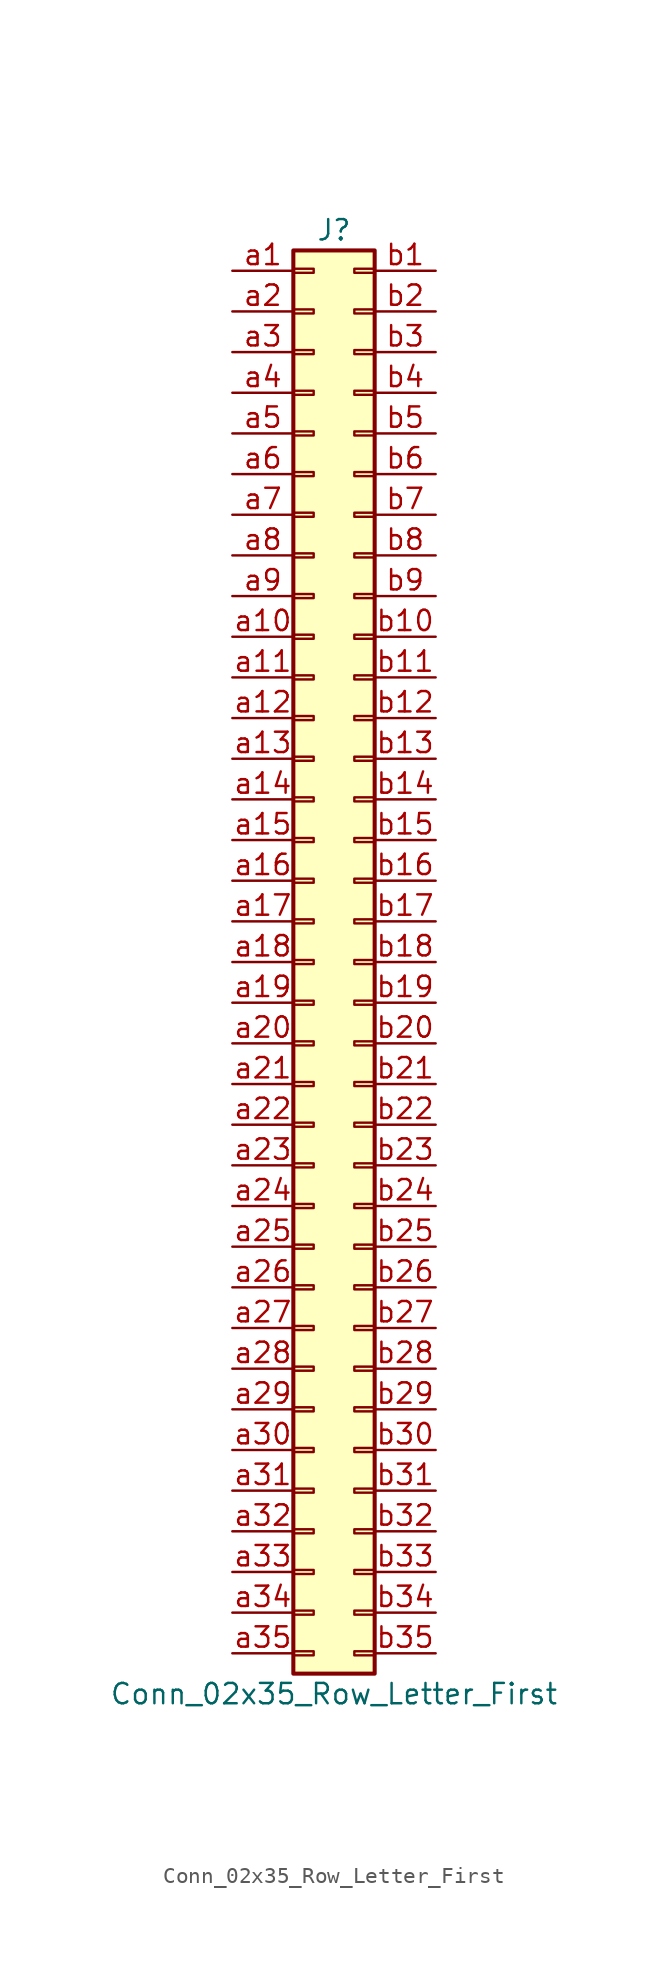
<source format=kicad_sym>
(kicad_symbol_lib
  (version 20220914)
  (generator kicad_symbol_editor)
  (symbol "Conn_02x35_Row_Letter_First"
    (pin_names
      (offset 1.016) hide)
    (property "Reference" "J"
      (at 1.27 45.72 0)
      (effects (font (size 1.27 1.27))))
    (property "Value" "Conn_02x35_Row_Letter_First"
      (at 1.27 -45.72 0)
      (effects (font (size 1.27 1.27))))
    (symbol "Conn_02x35_Row_Letter_First_1_1"
      (rectangle (start -1.27 -43.053) (end 0 -43.307) (stroke (width 0.152) (type solid)) (fill (type none)))
      (rectangle (start -1.27 -40.513) (end 0 -40.767) (stroke (width 0.152) (type solid)) (fill (type none)))
      (rectangle (start -1.27 -37.973) (end 0 -38.227) (stroke (width 0.152) (type solid)) (fill (type none)))
      (rectangle (start -1.27 -35.433) (end 0 -35.687) (stroke (width 0.152) (type solid)) (fill (type none)))
      (rectangle (start -1.27 -32.893) (end 0 -33.147) (stroke (width 0.152) (type solid)) (fill (type none)))
      (rectangle (start -1.27 -30.353) (end 0 -30.607) (stroke (width 0.152) (type solid)) (fill (type none)))
      (rectangle (start -1.27 -27.813) (end 0 -28.067) (stroke (width 0.152) (type solid)) (fill (type none)))
      (rectangle (start -1.27 -25.273) (end 0 -25.527) (stroke (width 0.152) (type solid)) (fill (type none)))
      (rectangle (start -1.27 -22.733) (end 0 -22.987) (stroke (width 0.152) (type solid)) (fill (type none)))
      (rectangle (start -1.27 -20.193) (end 0 -20.447) (stroke (width 0.152) (type solid)) (fill (type none)))
      (rectangle (start -1.27 -17.653) (end 0 -17.907) (stroke (width 0.152) (type solid)) (fill (type none)))
      (rectangle (start -1.27 -15.113) (end 0 -15.367) (stroke (width 0.152) (type solid)) (fill (type none)))
      (rectangle (start -1.27 -12.573) (end 0 -12.827) (stroke (width 0.152) (type solid)) (fill (type none)))
      (rectangle (start -1.27 -10.033) (end 0 -10.287) (stroke (width 0.152) (type solid)) (fill (type none)))
      (rectangle (start -1.27 -7.493) (end 0 -7.747) (stroke (width 0.152) (type solid)) (fill (type none)))
      (rectangle (start -1.27 -4.953) (end 0 -5.207) (stroke (width 0.152) (type solid)) (fill (type none)))
      (rectangle (start -1.27 -2.413) (end 0 -2.667) (stroke (width 0.152) (type solid)) (fill (type none)))
      (rectangle (start -1.27 0.127) (end 0 -0.127) (stroke (width 0.152) (type solid)) (fill (type none)))
      (rectangle (start -1.27 2.667) (end 0 2.413) (stroke (width 0.152) (type solid)) (fill (type none)))
      (rectangle (start -1.27 5.207) (end 0 4.953) (stroke (width 0.152) (type solid)) (fill (type none)))
      (rectangle (start -1.27 7.747) (end 0 7.493) (stroke (width 0.152) (type solid)) (fill (type none)))
      (rectangle (start -1.27 10.287) (end 0 10.033) (stroke (width 0.152) (type solid)) (fill (type none)))
      (rectangle (start -1.27 12.827) (end 0 12.573) (stroke (width 0.152) (type solid)) (fill (type none)))
      (rectangle (start -1.27 15.367) (end 0 15.113) (stroke (width 0.152) (type solid)) (fill (type none)))
      (rectangle (start -1.27 17.907) (end 0 17.653) (stroke (width 0.152) (type solid)) (fill (type none)))
      (rectangle (start -1.27 20.447) (end 0 20.193) (stroke (width 0.152) (type solid)) (fill (type none)))
      (rectangle (start -1.27 22.987) (end 0 22.733) (stroke (width 0.152) (type solid)) (fill (type none)))
      (rectangle (start -1.27 25.527) (end 0 25.273) (stroke (width 0.152) (type solid)) (fill (type none)))
      (rectangle (start -1.27 28.067) (end 0 27.813) (stroke (width 0.152) (type solid)) (fill (type none)))
      (rectangle (start -1.27 30.607) (end 0 30.353) (stroke (width 0.152) (type solid)) (fill (type none)))
      (rectangle (start -1.27 33.147) (end 0 32.893) (stroke (width 0.152) (type solid)) (fill (type none)))
      (rectangle (start -1.27 35.687) (end 0 35.433) (stroke (width 0.152) (type solid)) (fill (type none)))
      (rectangle (start -1.27 38.227) (end 0 37.973) (stroke (width 0.152) (type solid)) (fill (type none)))
      (rectangle (start -1.27 40.767) (end 0 40.513) (stroke (width 0.152) (type solid)) (fill (type none)))
      (rectangle (start -1.27 43.307) (end 0 43.053) (stroke (width 0.152) (type solid)) (fill (type none)))
      (rectangle (start -1.27 44.45) (end 3.81 -44.45) (stroke (width 0.254) (type solid)) (fill (type background)))
      (rectangle (start 3.81 -43.053) (end 2.54 -43.307) (stroke (width 0.152) (type solid)) (fill (type none)))
      (rectangle (start 3.81 -40.513) (end 2.54 -40.767) (stroke (width 0.152) (type solid)) (fill (type none)))
      (rectangle (start 3.81 -37.973) (end 2.54 -38.227) (stroke (width 0.152) (type solid)) (fill (type none)))
      (rectangle (start 3.81 -35.433) (end 2.54 -35.687) (stroke (width 0.152) (type solid)) (fill (type none)))
      (rectangle (start 3.81 -32.893) (end 2.54 -33.147) (stroke (width 0.152) (type solid)) (fill (type none)))
      (rectangle (start 3.81 -30.353) (end 2.54 -30.607) (stroke (width 0.152) (type solid)) (fill (type none)))
      (rectangle (start 3.81 -27.813) (end 2.54 -28.067) (stroke (width 0.152) (type solid)) (fill (type none)))
      (rectangle (start 3.81 -25.273) (end 2.54 -25.527) (stroke (width 0.152) (type solid)) (fill (type none)))
      (rectangle (start 3.81 -22.733) (end 2.54 -22.987) (stroke (width 0.152) (type solid)) (fill (type none)))
      (rectangle (start 3.81 -20.193) (end 2.54 -20.447) (stroke (width 0.152) (type solid)) (fill (type none)))
      (rectangle (start 3.81 -17.653) (end 2.54 -17.907) (stroke (width 0.152) (type solid)) (fill (type none)))
      (rectangle (start 3.81 -15.113) (end 2.54 -15.367) (stroke (width 0.152) (type solid)) (fill (type none)))
      (rectangle (start 3.81 -12.573) (end 2.54 -12.827) (stroke (width 0.152) (type solid)) (fill (type none)))
      (rectangle (start 3.81 -10.033) (end 2.54 -10.287) (stroke (width 0.152) (type solid)) (fill (type none)))
      (rectangle (start 3.81 -7.493) (end 2.54 -7.747) (stroke (width 0.152) (type solid)) (fill (type none)))
      (rectangle (start 3.81 -4.953) (end 2.54 -5.207) (stroke (width 0.152) (type solid)) (fill (type none)))
      (rectangle (start 3.81 -2.413) (end 2.54 -2.667) (stroke (width 0.152) (type solid)) (fill (type none)))
      (rectangle (start 3.81 0.127) (end 2.54 -0.127) (stroke (width 0.152) (type solid)) (fill (type none)))
      (rectangle (start 3.81 2.667) (end 2.54 2.413) (stroke (width 0.152) (type solid)) (fill (type none)))
      (rectangle (start 3.81 5.207) (end 2.54 4.953) (stroke (width 0.152) (type solid)) (fill (type none)))
      (rectangle (start 3.81 7.747) (end 2.54 7.493) (stroke (width 0.152) (type solid)) (fill (type none)))
      (rectangle (start 3.81 10.287) (end 2.54 10.033) (stroke (width 0.152) (type solid)) (fill (type none)))
      (rectangle (start 3.81 12.827) (end 2.54 12.573) (stroke (width 0.152) (type solid)) (fill (type none)))
      (rectangle (start 3.81 15.367) (end 2.54 15.113) (stroke (width 0.152) (type solid)) (fill (type none)))
      (rectangle (start 3.81 17.907) (end 2.54 17.653) (stroke (width 0.152) (type solid)) (fill (type none)))
      (rectangle (start 3.81 20.447) (end 2.54 20.193) (stroke (width 0.152) (type solid)) (fill (type none)))
      (rectangle (start 3.81 22.987) (end 2.54 22.733) (stroke (width 0.152) (type solid)) (fill (type none)))
      (rectangle (start 3.81 25.527) (end 2.54 25.273) (stroke (width 0.152) (type solid)) (fill (type none)))
      (rectangle (start 3.81 28.067) (end 2.54 27.813) (stroke (width 0.152) (type solid)) (fill (type none)))
      (rectangle (start 3.81 30.607) (end 2.54 30.353) (stroke (width 0.152) (type solid)) (fill (type none)))
      (rectangle (start 3.81 33.147) (end 2.54 32.893) (stroke (width 0.152) (type solid)) (fill (type none)))
      (rectangle (start 3.81 35.687) (end 2.54 35.433) (stroke (width 0.152) (type solid)) (fill (type none)))
      (rectangle (start 3.81 38.227) (end 2.54 37.973) (stroke (width 0.152) (type solid)) (fill (type none)))
      (rectangle (start 3.81 40.767) (end 2.54 40.513) (stroke (width 0.152) (type solid)) (fill (type none)))
      (rectangle (start 3.81 43.307) (end 2.54 43.053) (stroke (width 0.152) (type solid)) (fill (type none)))
      (pin passive line (at -5.08 43.18 0) (length 3.81) (name "Pin_a1" (effects (font (size 1.27 1.27)))) (number "a1" (effects (font (size 1.27 1.27)))))
      (pin passive line (at -5.08 20.32 0) (length 3.81) (name "Pin_a10" (effects (font (size 1.27 1.27)))) (number "a10" (effects (font (size 1.27 1.27)))))
      (pin passive line (at -5.08 17.78 0) (length 3.81) (name "Pin_a11" (effects (font (size 1.27 1.27)))) (number "a11" (effects (font (size 1.27 1.27)))))
      (pin passive line (at -5.08 15.24 0) (length 3.81) (name "Pin_a12" (effects (font (size 1.27 1.27)))) (number "a12" (effects (font (size 1.27 1.27)))))
      (pin passive line (at -5.08 12.7 0) (length 3.81) (name "Pin_a13" (effects (font (size 1.27 1.27)))) (number "a13" (effects (font (size 1.27 1.27)))))
      (pin passive line (at -5.08 10.16 0) (length 3.81) (name "Pin_a14" (effects (font (size 1.27 1.27)))) (number "a14" (effects (font (size 1.27 1.27)))))
      (pin passive line (at -5.08 7.62 0) (length 3.81) (name "Pin_a15" (effects (font (size 1.27 1.27)))) (number "a15" (effects (font (size 1.27 1.27)))))
      (pin passive line (at -5.08 5.08 0) (length 3.81) (name "Pin_a16" (effects (font (size 1.27 1.27)))) (number "a16" (effects (font (size 1.27 1.27)))))
      (pin passive line (at -5.08 2.54 0) (length 3.81) (name "Pin_a17" (effects (font (size 1.27 1.27)))) (number "a17" (effects (font (size 1.27 1.27)))))
      (pin passive line (at -5.08 0 0) (length 3.81) (name "Pin_a18" (effects (font (size 1.27 1.27)))) (number "a18" (effects (font (size 1.27 1.27)))))
      (pin passive line (at -5.08 -2.54 0) (length 3.81) (name "Pin_a19" (effects (font (size 1.27 1.27)))) (number "a19" (effects (font (size 1.27 1.27)))))
      (pin passive line (at -5.08 40.64 0) (length 3.81) (name "Pin_a2" (effects (font (size 1.27 1.27)))) (number "a2" (effects (font (size 1.27 1.27)))))
      (pin passive line (at -5.08 -5.08 0) (length 3.81) (name "Pin_a20" (effects (font (size 1.27 1.27)))) (number "a20" (effects (font (size 1.27 1.27)))))
      (pin passive line (at -5.08 -7.62 0) (length 3.81) (name "Pin_a21" (effects (font (size 1.27 1.27)))) (number "a21" (effects (font (size 1.27 1.27)))))
      (pin passive line (at -5.08 -10.16 0) (length 3.81) (name "Pin_a22" (effects (font (size 1.27 1.27)))) (number "a22" (effects (font (size 1.27 1.27)))))
      (pin passive line (at -5.08 -12.7 0) (length 3.81) (name "Pin_a23" (effects (font (size 1.27 1.27)))) (number "a23" (effects (font (size 1.27 1.27)))))
      (pin passive line (at -5.08 -15.24 0) (length 3.81) (name "Pin_a24" (effects (font (size 1.27 1.27)))) (number "a24" (effects (font (size 1.27 1.27)))))
      (pin passive line (at -5.08 -17.78 0) (length 3.81) (name "Pin_a25" (effects (font (size 1.27 1.27)))) (number "a25" (effects (font (size 1.27 1.27)))))
      (pin passive line (at -5.08 -20.32 0) (length 3.81) (name "Pin_a26" (effects (font (size 1.27 1.27)))) (number "a26" (effects (font (size 1.27 1.27)))))
      (pin passive line (at -5.08 -22.86 0) (length 3.81) (name "Pin_a27" (effects (font (size 1.27 1.27)))) (number "a27" (effects (font (size 1.27 1.27)))))
      (pin passive line (at -5.08 -25.4 0) (length 3.81) (name "Pin_a28" (effects (font (size 1.27 1.27)))) (number "a28" (effects (font (size 1.27 1.27)))))
      (pin passive line (at -5.08 -27.94 0) (length 3.81) (name "Pin_a29" (effects (font (size 1.27 1.27)))) (number "a29" (effects (font (size 1.27 1.27)))))
      (pin passive line (at -5.08 38.1 0) (length 3.81) (name "Pin_a3" (effects (font (size 1.27 1.27)))) (number "a3" (effects (font (size 1.27 1.27)))))
      (pin passive line (at -5.08 -30.48 0) (length 3.81) (name "Pin_a30" (effects (font (size 1.27 1.27)))) (number "a30" (effects (font (size 1.27 1.27)))))
      (pin passive line (at -5.08 -33.02 0) (length 3.81) (name "Pin_a31" (effects (font (size 1.27 1.27)))) (number "a31" (effects (font (size 1.27 1.27)))))
      (pin passive line (at -5.08 -35.56 0) (length 3.81) (name "Pin_a32" (effects (font (size 1.27 1.27)))) (number "a32" (effects (font (size 1.27 1.27)))))
      (pin passive line (at -5.08 -38.1 0) (length 3.81) (name "Pin_a33" (effects (font (size 1.27 1.27)))) (number "a33" (effects (font (size 1.27 1.27)))))
      (pin passive line (at -5.08 -40.64 0) (length 3.81) (name "Pin_a34" (effects (font (size 1.27 1.27)))) (number "a34" (effects (font (size 1.27 1.27)))))
      (pin passive line (at -5.08 -43.18 0) (length 3.81) (name "Pin_a35" (effects (font (size 1.27 1.27)))) (number "a35" (effects (font (size 1.27 1.27)))))
      (pin passive line (at -5.08 35.56 0) (length 3.81) (name "Pin_a4" (effects (font (size 1.27 1.27)))) (number "a4" (effects (font (size 1.27 1.27)))))
      (pin passive line (at -5.08 33.02 0) (length 3.81) (name "Pin_a5" (effects (font (size 1.27 1.27)))) (number "a5" (effects (font (size 1.27 1.27)))))
      (pin passive line (at -5.08 30.48 0) (length 3.81) (name "Pin_a6" (effects (font (size 1.27 1.27)))) (number "a6" (effects (font (size 1.27 1.27)))))
      (pin passive line (at -5.08 27.94 0) (length 3.81) (name "Pin_a7" (effects (font (size 1.27 1.27)))) (number "a7" (effects (font (size 1.27 1.27)))))
      (pin passive line (at -5.08 25.4 0) (length 3.81) (name "Pin_a8" (effects (font (size 1.27 1.27)))) (number "a8" (effects (font (size 1.27 1.27)))))
      (pin passive line (at -5.08 22.86 0) (length 3.81) (name "Pin_a9" (effects (font (size 1.27 1.27)))) (number "a9" (effects (font (size 1.27 1.27)))))
      (pin passive line (at 7.62 43.18 180) (length 3.81) (name "Pin_b1" (effects (font (size 1.27 1.27)))) (number "b1" (effects (font (size 1.27 1.27)))))
      (pin passive line (at 7.62 20.32 180) (length 3.81) (name "Pin_b10" (effects (font (size 1.27 1.27)))) (number "b10" (effects (font (size 1.27 1.27)))))
      (pin passive line (at 7.62 17.78 180) (length 3.81) (name "Pin_b11" (effects (font (size 1.27 1.27)))) (number "b11" (effects (font (size 1.27 1.27)))))
      (pin passive line (at 7.62 15.24 180) (length 3.81) (name "Pin_b12" (effects (font (size 1.27 1.27)))) (number "b12" (effects (font (size 1.27 1.27)))))
      (pin passive line (at 7.62 12.7 180) (length 3.81) (name "Pin_b13" (effects (font (size 1.27 1.27)))) (number "b13" (effects (font (size 1.27 1.27)))))
      (pin passive line (at 7.62 10.16 180) (length 3.81) (name "Pin_b14" (effects (font (size 1.27 1.27)))) (number "b14" (effects (font (size 1.27 1.27)))))
      (pin passive line (at 7.62 7.62 180) (length 3.81) (name "Pin_b15" (effects (font (size 1.27 1.27)))) (number "b15" (effects (font (size 1.27 1.27)))))
      (pin passive line (at 7.62 5.08 180) (length 3.81) (name "Pin_b16" (effects (font (size 1.27 1.27)))) (number "b16" (effects (font (size 1.27 1.27)))))
      (pin passive line (at 7.62 2.54 180) (length 3.81) (name "Pin_b17" (effects (font (size 1.27 1.27)))) (number "b17" (effects (font (size 1.27 1.27)))))
      (pin passive line (at 7.62 0 180) (length 3.81) (name "Pin_b18" (effects (font (size 1.27 1.27)))) (number "b18" (effects (font (size 1.27 1.27)))))
      (pin passive line (at 7.62 -2.54 180) (length 3.81) (name "Pin_b19" (effects (font (size 1.27 1.27)))) (number "b19" (effects (font (size 1.27 1.27)))))
      (pin passive line (at 7.62 40.64 180) (length 3.81) (name "Pin_b2" (effects (font (size 1.27 1.27)))) (number "b2" (effects (font (size 1.27 1.27)))))
      (pin passive line (at 7.62 -5.08 180) (length 3.81) (name "Pin_b20" (effects (font (size 1.27 1.27)))) (number "b20" (effects (font (size 1.27 1.27)))))
      (pin passive line (at 7.62 -7.62 180) (length 3.81) (name "Pin_b21" (effects (font (size 1.27 1.27)))) (number "b21" (effects (font (size 1.27 1.27)))))
      (pin passive line (at 7.62 -10.16 180) (length 3.81) (name "Pin_b22" (effects (font (size 1.27 1.27)))) (number "b22" (effects (font (size 1.27 1.27)))))
      (pin passive line (at 7.62 -12.7 180) (length 3.81) (name "Pin_b23" (effects (font (size 1.27 1.27)))) (number "b23" (effects (font (size 1.27 1.27)))))
      (pin passive line (at 7.62 -15.24 180) (length 3.81) (name "Pin_b24" (effects (font (size 1.27 1.27)))) (number "b24" (effects (font (size 1.27 1.27)))))
      (pin passive line (at 7.62 -17.78 180) (length 3.81) (name "Pin_b25" (effects (font (size 1.27 1.27)))) (number "b25" (effects (font (size 1.27 1.27)))))
      (pin passive line (at 7.62 -20.32 180) (length 3.81) (name "Pin_b26" (effects (font (size 1.27 1.27)))) (number "b26" (effects (font (size 1.27 1.27)))))
      (pin passive line (at 7.62 -22.86 180) (length 3.81) (name "Pin_b27" (effects (font (size 1.27 1.27)))) (number "b27" (effects (font (size 1.27 1.27)))))
      (pin passive line (at 7.62 -25.4 180) (length 3.81) (name "Pin_b28" (effects (font (size 1.27 1.27)))) (number "b28" (effects (font (size 1.27 1.27)))))
      (pin passive line (at 7.62 -27.94 180) (length 3.81) (name "Pin_b29" (effects (font (size 1.27 1.27)))) (number "b29" (effects (font (size 1.27 1.27)))))
      (pin passive line (at 7.62 38.1 180) (length 3.81) (name "Pin_b3" (effects (font (size 1.27 1.27)))) (number "b3" (effects (font (size 1.27 1.27)))))
      (pin passive line (at 7.62 -30.48 180) (length 3.81) (name "Pin_b30" (effects (font (size 1.27 1.27)))) (number "b30" (effects (font (size 1.27 1.27)))))
      (pin passive line (at 7.62 -33.02 180) (length 3.81) (name "Pin_b31" (effects (font (size 1.27 1.27)))) (number "b31" (effects (font (size 1.27 1.27)))))
      (pin passive line (at 7.62 -35.56 180) (length 3.81) (name "Pin_b32" (effects (font (size 1.27 1.27)))) (number "b32" (effects (font (size 1.27 1.27)))))
      (pin passive line (at 7.62 -38.1 180) (length 3.81) (name "Pin_b33" (effects (font (size 1.27 1.27)))) (number "b33" (effects (font (size 1.27 1.27)))))
      (pin passive line (at 7.62 -40.64 180) (length 3.81) (name "Pin_b34" (effects (font (size 1.27 1.27)))) (number "b34" (effects (font (size 1.27 1.27)))))
      (pin passive line (at 7.62 -43.18 180) (length 3.81) (name "Pin_b35" (effects (font (size 1.27 1.27)))) (number "b35" (effects (font (size 1.27 1.27)))))
      (pin passive line (at 7.62 35.56 180) (length 3.81) (name "Pin_b4" (effects (font (size 1.27 1.27)))) (number "b4" (effects (font (size 1.27 1.27)))))
      (pin passive line (at 7.62 33.02 180) (length 3.81) (name "Pin_b5" (effects (font (size 1.27 1.27)))) (number "b5" (effects (font (size 1.27 1.27)))))
      (pin passive line (at 7.62 30.48 180) (length 3.81) (name "Pin_b6" (effects (font (size 1.27 1.27)))) (number "b6" (effects (font (size 1.27 1.27)))))
      (pin passive line (at 7.62 27.94 180) (length 3.81) (name "Pin_b7" (effects (font (size 1.27 1.27)))) (number "b7" (effects (font (size 1.27 1.27)))))
      (pin passive line (at 7.62 25.4 180) (length 3.81) (name "Pin_b8" (effects (font (size 1.27 1.27)))) (number "b8" (effects (font (size 1.27 1.27)))))
      (pin passive line (at 7.62 22.86 180) (length 3.81) (name "Pin_b9" (effects (font (size 1.27 1.27)))) (number "b9" (effects (font (size 1.27 1.27))))))))
</source>
